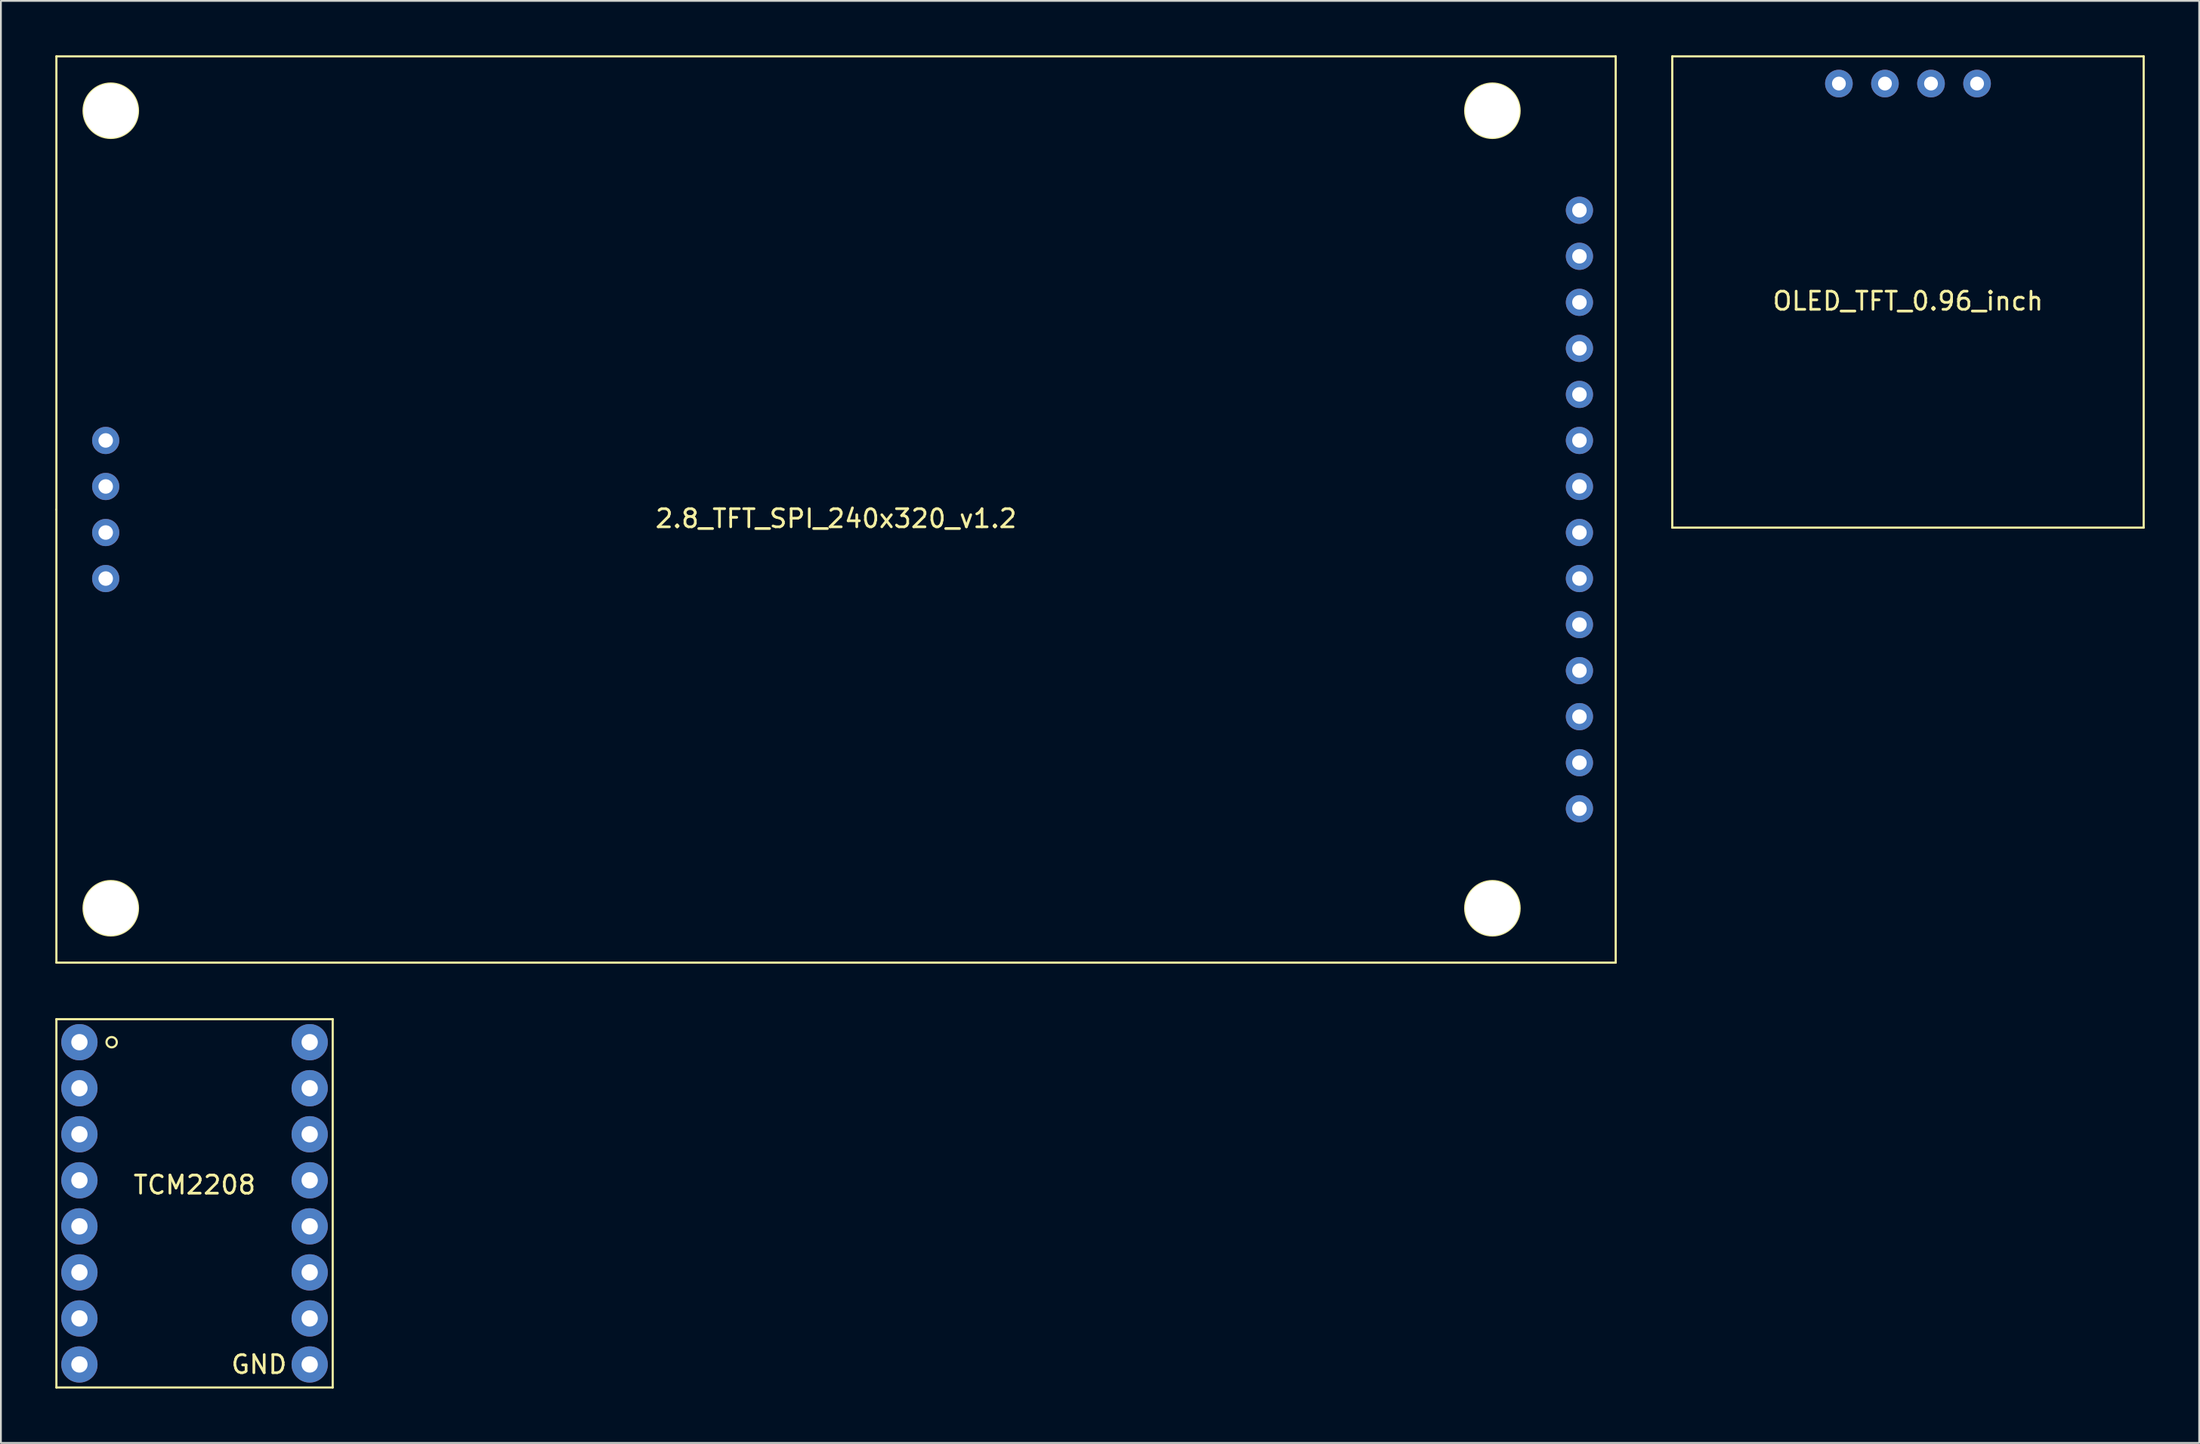
<source format=kicad_pcb>
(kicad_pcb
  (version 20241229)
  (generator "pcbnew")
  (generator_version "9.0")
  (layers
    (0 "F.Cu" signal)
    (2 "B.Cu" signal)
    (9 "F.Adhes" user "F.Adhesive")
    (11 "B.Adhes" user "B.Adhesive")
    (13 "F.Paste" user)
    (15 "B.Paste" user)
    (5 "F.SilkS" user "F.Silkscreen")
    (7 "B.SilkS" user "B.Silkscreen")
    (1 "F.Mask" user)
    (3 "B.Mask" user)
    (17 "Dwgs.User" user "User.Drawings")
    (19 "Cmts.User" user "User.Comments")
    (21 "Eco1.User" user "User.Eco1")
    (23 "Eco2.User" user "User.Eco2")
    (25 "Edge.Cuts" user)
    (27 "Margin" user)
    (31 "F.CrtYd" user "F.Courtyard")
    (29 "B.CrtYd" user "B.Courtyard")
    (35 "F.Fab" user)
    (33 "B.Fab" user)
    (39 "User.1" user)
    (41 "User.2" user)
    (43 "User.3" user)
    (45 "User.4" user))
  (footprint "OLED_TFT_0.96_inch"
    (layer "F.Cu")
    (at 102.18 13.06)
    (property "Reference" "OLED_TFT_0.96_inch" (at 0 0.5 0) (layer "F.SilkS") (effects (font (size 1 1) (thickness 0.15))))
    (attr through_hole)
    (fp_line (start -13 -13) (end -13 13) (stroke (width 0.12) (type solid)) (layer "F.SilkS"))
    (fp_line (start -13 13) (end 13 13) (stroke (width 0.12) (type solid)) (layer "F.SilkS"))
    (fp_line (start 13 -13) (end -13 -13) (stroke (width 0.12) (type solid)) (layer "F.SilkS"))
    (fp_line (start 13 13) (end 13 -13) (stroke (width 0.12) (type solid)) (layer "F.SilkS"))
    (pad "1" thru_hole circle (at -3.81 -11.5) (size 1.524 1.524) (drill 0.762) (layers "*.Cu" "*.Mask"))
    (pad "2" thru_hole circle (at -1.27 -11.5) (size 1.524 1.524) (drill 0.762) (layers "*.Cu" "*.Mask"))
    (pad "3" thru_hole circle (at 1.27 -11.5) (size 1.524 1.524) (drill 0.762) (layers "*.Cu" "*.Mask"))
    (pad "4" thru_hole circle (at 3.81 -11.5) (size 1.524 1.524) (drill 0.762) (layers "*.Cu" "*.Mask")))
  (footprint "2.8_TFT_SPI_240x320_v1.2"
    (layer "F.Cu")
    (at 43.06 25.06)
    (property "Reference" "2.8_TFT_SPI_240x320_v1.2" (at 0 0.5 0) (layer "F.SilkS") (effects (font (size 1 1) (thickness 0.15))))
    (attr through_hole)
    (fp_line (start -43 -25) (end 43 -25) (stroke (width 0.12) (type solid)) (layer "F.SilkS"))
    (fp_line (start -43 0) (end -43 -25) (stroke (width 0.12) (type solid)) (layer "F.SilkS"))
    (fp_line (start -43 25) (end -43 0) (stroke (width 0.12) (type solid)) (layer "F.SilkS"))
    (fp_line (start 43 -25) (end 43 25) (stroke (width 0.12) (type solid)) (layer "F.SilkS"))
    (fp_line (start 43 25) (end -43 25) (stroke (width 0.12) (type solid)) (layer "F.SilkS"))
    (fp_circle (center -40 -22) (end -38.5 -22) (stroke (width 0.12) (type solid)) (fill no) (layer "F.SilkS"))
    (fp_circle (center -40 22) (end -40 20.5) (stroke (width 0.12) (type solid)) (fill no) (layer "F.SilkS"))
    (fp_circle (center 36.2 -22) (end 37.7 -22) (stroke (width 0.12) (type solid)) (fill no) (layer "F.SilkS"))
    (fp_circle (center 36.2 22) (end 37.7 22) (stroke (width 0.12) (type solid)) (fill no) (layer "F.SilkS"))
    (pad "" np_thru_hole circle (at -40 -22) (size 3 3) (drill 3) (layers "*.Cu" "*.Mask"))
    (pad "" np_thru_hole circle (at -40 22) (size 3 3) (drill 3) (layers "*.Cu" "*.Mask"))
    (pad "" np_thru_hole circle (at 36.2 -22) (size 3 3) (drill 3) (layers "*.Cu" "*.Mask"))
    (pad "" np_thru_hole circle (at 36.2 22) (size 3 3) (drill 3) (layers "*.Cu" "*.Mask"))
    (pad "1" thru_hole circle (at 41 16.51) (size 1.5 1.5) (drill 0.8) (layers "*.Cu" "*.Mask"))
    (pad "2" thru_hole circle (at 41 13.97) (size 1.5 1.5) (drill 0.8) (layers "*.Cu" "*.Mask"))
    (pad "3" thru_hole circle (at 41 11.43) (size 1.5 1.5) (drill 0.8) (layers "*.Cu" "*.Mask"))
    (pad "4" thru_hole circle (at 41 8.89) (size 1.5 1.5) (drill 0.8) (layers "*.Cu" "*.Mask"))
    (pad "5" thru_hole circle (at 41 6.35) (size 1.5 1.5) (drill 0.8) (layers "*.Cu" "*.Mask"))
    (pad "6" thru_hole circle (at 41 3.81) (size 1.5 1.5) (drill 0.8) (layers "*.Cu" "*.Mask"))
    (pad "7" thru_hole circle (at 41 1.27) (size 1.5 1.5) (drill 0.8) (layers "*.Cu" "*.Mask"))
    (pad "8" thru_hole circle (at 41 -1.27) (size 1.5 1.5) (drill 0.8) (layers "*.Cu" "*.Mask"))
    (pad "9" thru_hole circle (at 41 -3.81) (size 1.5 1.5) (drill 0.8) (layers "*.Cu" "*.Mask"))
    (pad "10" thru_hole circle (at 41 -6.35) (size 1.5 1.5) (drill 0.8) (layers "*.Cu" "*.Mask"))
    (pad "11" thru_hole circle (at 41 -8.89) (size 1.5 1.5) (drill 0.8) (layers "*.Cu" "*.Mask"))
    (pad "12" thru_hole circle (at 41 -11.43) (size 1.5 1.5) (drill 0.8) (layers "*.Cu" "*.Mask"))
    (pad "13" thru_hole circle (at 41 -13.97) (size 1.5 1.5) (drill 0.8) (layers "*.Cu" "*.Mask"))
    (pad "14" thru_hole circle (at 41 -16.51) (size 1.5 1.5) (drill 0.8) (layers "*.Cu" "*.Mask"))
    (pad "15" thru_hole circle (at -40.28 3.81) (size 1.5 1.5) (drill 0.8) (layers "*.Cu" "*.Mask"))
    (pad "16" thru_hole circle (at -40.28 1.27) (size 1.5 1.5) (drill 0.8) (layers "*.Cu" "*.Mask"))
    (pad "17" thru_hole circle (at -40.28 -1.27) (size 1.5 1.5) (drill 0.8) (layers "*.Cu" "*.Mask"))
    (pad "18" thru_hole circle (at -40.28 -3.81) (size 1.5 1.5) (drill 0.8) (layers "*.Cu" "*.Mask")))
  (footprint "TCM2208"
    (layer "F.Cu")
    (at 7.68 63.34)
    (property "Reference" "TCM2208" (at 0 -1.016 0) (layer "F.SilkS") (effects (font (size 1 1) (thickness 0.15))))
    (attr through_hole)
    (fp_line (start -7.62 -10.16) (end 7.62 -10.16) (stroke (width 0.12) (type solid)) (layer "F.SilkS"))
    (fp_line (start -7.62 10.16) (end -7.62 -10.16) (stroke (width 0.12) (type solid)) (layer "F.SilkS"))
    (fp_line (start 7.62 -10.16) (end 7.62 10.16) (stroke (width 0.12) (type solid)) (layer "F.SilkS"))
    (fp_line (start 7.62 10.16) (end -7.62 10.16) (stroke (width 0.12) (type solid)) (layer "F.SilkS"))
    (fp_circle (center -4.572 -8.89) (end -4.318 -8.763) (stroke (width 0.12) (type solid)) (fill no) (layer "F.SilkS"))
    (fp_text user "GND" (at 3.556 8.89 0) (layer "F.SilkS") (effects (font (size 1 1) (thickness 0.15))))
    (pad "1" thru_hole circle (at -6.35 -8.89) (size 2 2) (drill 0.9) (layers "*.Cu" "*.Mask"))
    (pad "2" thru_hole circle (at -6.35 -6.35) (size 2 2) (drill 0.9) (layers "*.Cu" "*.Mask"))
    (pad "3" thru_hole circle (at -6.35 -3.81) (size 2 2) (drill 0.9) (layers "*.Cu" "*.Mask"))
    (pad "4" thru_hole circle (at -6.35 -1.27) (size 2 2) (drill 0.9) (layers "*.Cu" "*.Mask"))
    (pad "5" thru_hole circle (at -6.35 1.27) (size 2 2) (drill 0.9) (layers "*.Cu" "*.Mask"))
    (pad "6" thru_hole circle (at -6.35 3.81) (size 2 2) (drill 0.9) (layers "*.Cu" "*.Mask"))
    (pad "7" thru_hole circle (at -6.35 6.35) (size 2 2) (drill 0.9) (layers "*.Cu" "*.Mask"))
    (pad "8" thru_hole circle (at -6.35 8.89) (size 2 2) (drill 0.9) (layers "*.Cu" "*.Mask"))
    (pad "9" thru_hole circle (at 6.35 8.89) (size 2 2) (drill 0.9) (layers "*.Cu" "*.Mask"))
    (pad "10" thru_hole circle (at 6.35 6.35) (size 2 2) (drill 0.9) (layers "*.Cu" "*.Mask"))
    (pad "11" thru_hole circle (at 6.35 3.81) (size 2 2) (drill 0.9) (layers "*.Cu" "*.Mask"))
    (pad "12" thru_hole circle (at 6.35 1.27) (size 2 2) (drill 0.9) (layers "*.Cu" "*.Mask"))
    (pad "13" thru_hole circle (at 6.35 -1.27) (size 2 2) (drill 0.9) (layers "*.Cu" "*.Mask"))
    (pad "14" thru_hole circle (at 6.35 -3.81) (size 2 2) (drill 0.9) (layers "*.Cu" "*.Mask"))
    (pad "15" thru_hole circle (at 6.35 -6.35) (size 2 2) (drill 0.9) (layers "*.Cu" "*.Mask"))
    (pad "16" thru_hole circle (at 6.35 -8.89) (size 2 2) (drill 0.9) (layers "*.Cu" "*.Mask")))
  (gr_rect
    (start -3 -3)
    (end 118.24 76.56)
    (stroke (width 0.1) (type default))
    (fill no)
    (layer "Edge.Cuts")))
</source>
